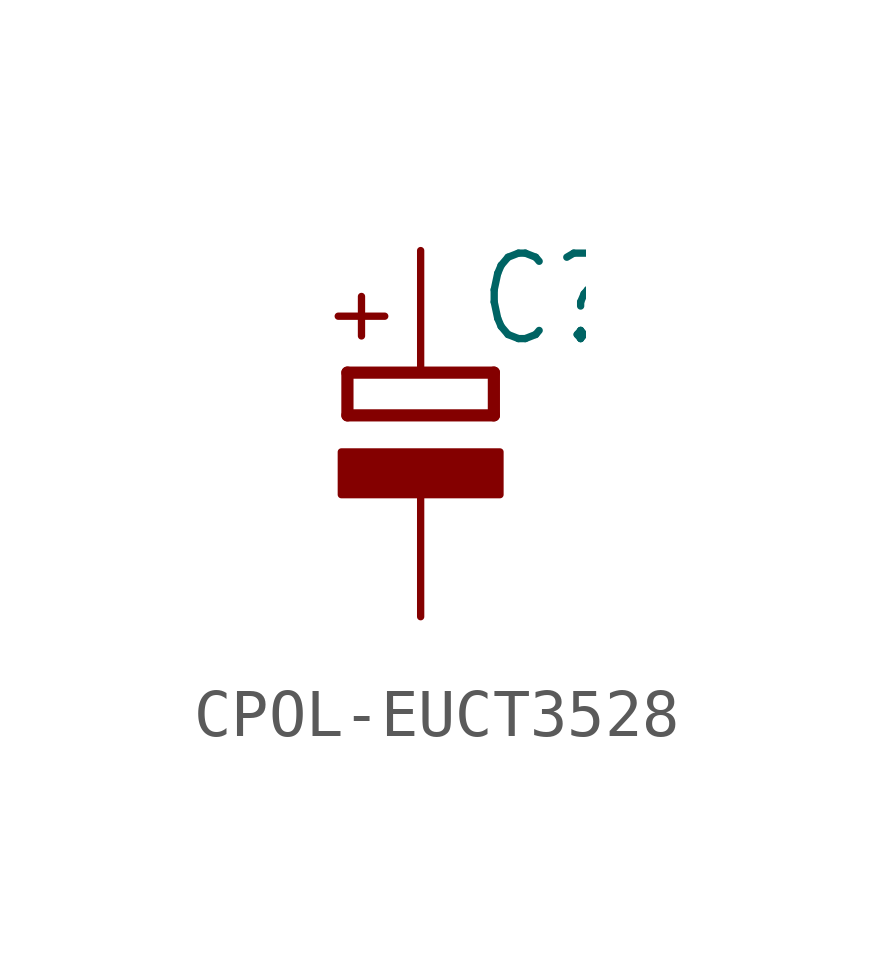
<source format=kicad_sym>
(kicad_symbol_lib
  (version 20231120)
  (generator "kicad_symbol_editor")
  (generator_version "8.0")
  (symbol "CPOL-EUCT3528"
    (property "Reference" "C"
      (at 1.143 0.483 0)
      (effects (font (size 1.778 1.511)) (justify left bottom)))
    (property "Value" ""
      (at 1.143 -4.597 0)
      (effects (font (size 1.778 1.511)) (justify left bottom)))
    (property "ki_locked" ""
      (at 0 0 0)
      (effects (font (size 1.27 1.27))))
    (symbol "CPOL-EUCT3528_1_0"
      (rectangle (start -1.651 -2.54) (end 1.651 -1.651) (stroke (width 0) (type default)) (fill (type outline)))
      (polyline (pts (xy -1.524 -0.889) (xy 1.524 -0.889)) (stroke (width 0.254) (type solid)) (fill (type none)))
      (polyline (pts (xy -1.524 0) (xy -1.524 -0.889)) (stroke (width 0.254) (type solid)) (fill (type none)))
      (polyline (pts (xy -1.524 0) (xy 1.524 0)) (stroke (width 0.254) (type solid)) (fill (type none)))
      (polyline (pts (xy 1.524 -0.889) (xy 1.524 0)) (stroke (width 0.254) (type solid)) (fill (type none)))
      (text "+" (at -0.584 0.406 900) (effects (font (size 1.27 1.079)) (justify left bottom)))
      (pin passive line (at 0 -5.08 90) (length 2.54) (name "-" (effects (font (size 0 0)))) (number "+" (effects (font (size 0 0)))))
      (pin passive line (at 0 2.54 270) (length 2.54) (name "+" (effects (font (size 0 0)))) (number "-" (effects (font (size 0 0))))))))
</source>
